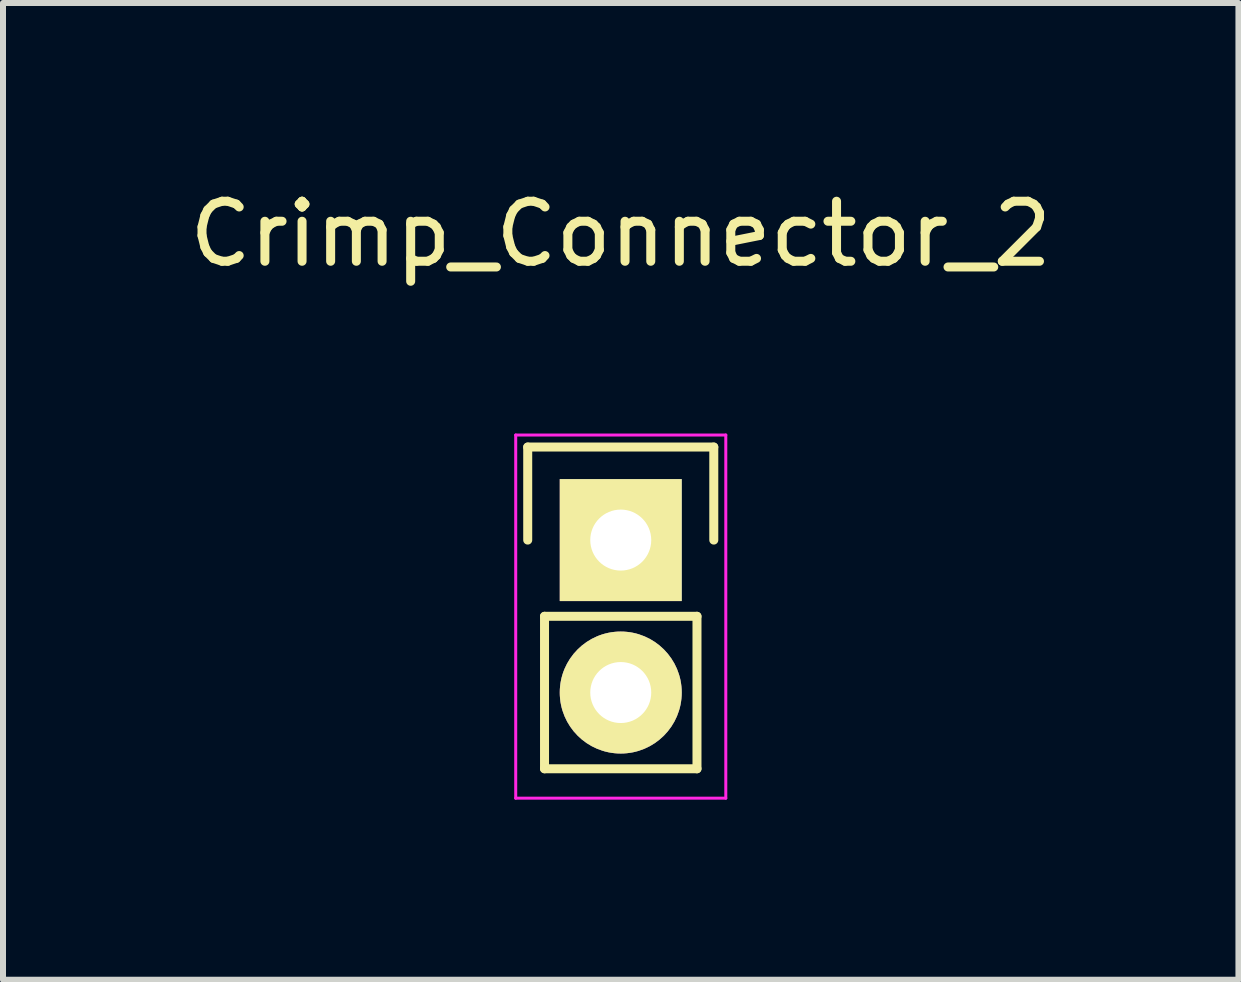
<source format=kicad_pcb>
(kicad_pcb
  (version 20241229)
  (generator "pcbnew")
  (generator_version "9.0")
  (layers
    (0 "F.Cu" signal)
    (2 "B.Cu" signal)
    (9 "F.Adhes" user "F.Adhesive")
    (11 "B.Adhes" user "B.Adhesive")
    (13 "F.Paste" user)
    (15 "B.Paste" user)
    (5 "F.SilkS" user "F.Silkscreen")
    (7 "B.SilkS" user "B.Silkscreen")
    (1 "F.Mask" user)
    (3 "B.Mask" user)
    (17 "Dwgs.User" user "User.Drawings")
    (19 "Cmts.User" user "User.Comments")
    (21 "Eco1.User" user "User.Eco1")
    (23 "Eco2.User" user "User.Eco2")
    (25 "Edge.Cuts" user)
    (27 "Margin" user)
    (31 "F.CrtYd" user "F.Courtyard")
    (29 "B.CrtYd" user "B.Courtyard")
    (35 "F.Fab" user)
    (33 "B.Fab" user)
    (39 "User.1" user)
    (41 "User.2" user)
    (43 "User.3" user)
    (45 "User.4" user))
  (footprint "Crimp_Connector_2"
    (layer "F.Cu")
    (at 7.292 5.948)
    (property "Reference" "Crimp_Connector_2" (at 0 -5.1 0) (layer "F.SilkS") (effects (font (size 1 1) (thickness 0.15))))
    (attr through_hole)
    (fp_line (start -1.55 -1.55) (end 1.55 -1.55) (stroke (width 0.15) (type solid)) (layer "F.SilkS"))
    (fp_line (start -1.55 0) (end -1.55 -1.55) (stroke (width 0.15) (type solid)) (layer "F.SilkS"))
    (fp_line (start -1.27 1.27) (end -1.27 3.81) (stroke (width 0.15) (type solid)) (layer "F.SilkS"))
    (fp_line (start -1.27 3.81) (end 1.27 3.81) (stroke (width 0.15) (type solid)) (layer "F.SilkS"))
    (fp_line (start 1.27 1.27) (end -1.27 1.27) (stroke (width 0.15) (type solid)) (layer "F.SilkS"))
    (fp_line (start 1.27 1.27) (end 1.27 3.81) (stroke (width 0.15) (type solid)) (layer "F.SilkS"))
    (fp_line (start 1.55 -1.55) (end 1.55 0) (stroke (width 0.15) (type solid)) (layer "F.SilkS"))
    (fp_line (start -1.75 -1.75) (end -1.75 4.3) (stroke (width 0.05) (type solid)) (layer "F.CrtYd"))
    (fp_line (start -1.75 -1.75) (end 1.75 -1.75) (stroke (width 0.05) (type solid)) (layer "F.CrtYd"))
    (fp_line (start -1.75 4.3) (end 1.75 4.3) (stroke (width 0.05) (type solid)) (layer "F.CrtYd"))
    (fp_line (start 1.75 -1.75) (end 1.75 4.3) (stroke (width 0.05) (type solid)) (layer "F.CrtYd"))
    (pad "1" thru_hole rect (at 0 0) (size 2.032 2.032) (drill 1.016) (layers "*.Cu" "*.Mask" "F.SilkS"))
    (pad "2" thru_hole oval (at 0 2.54) (size 2.032 2.032) (drill 1.016) (layers "*.Cu" "*.Mask" "F.SilkS")))
  (gr_rect
    (start -3 -3)
    (end 17.583 13.273)
    (stroke (width 0.1) (type default))
    (fill no)
    (layer "Edge.Cuts")))
</source>
